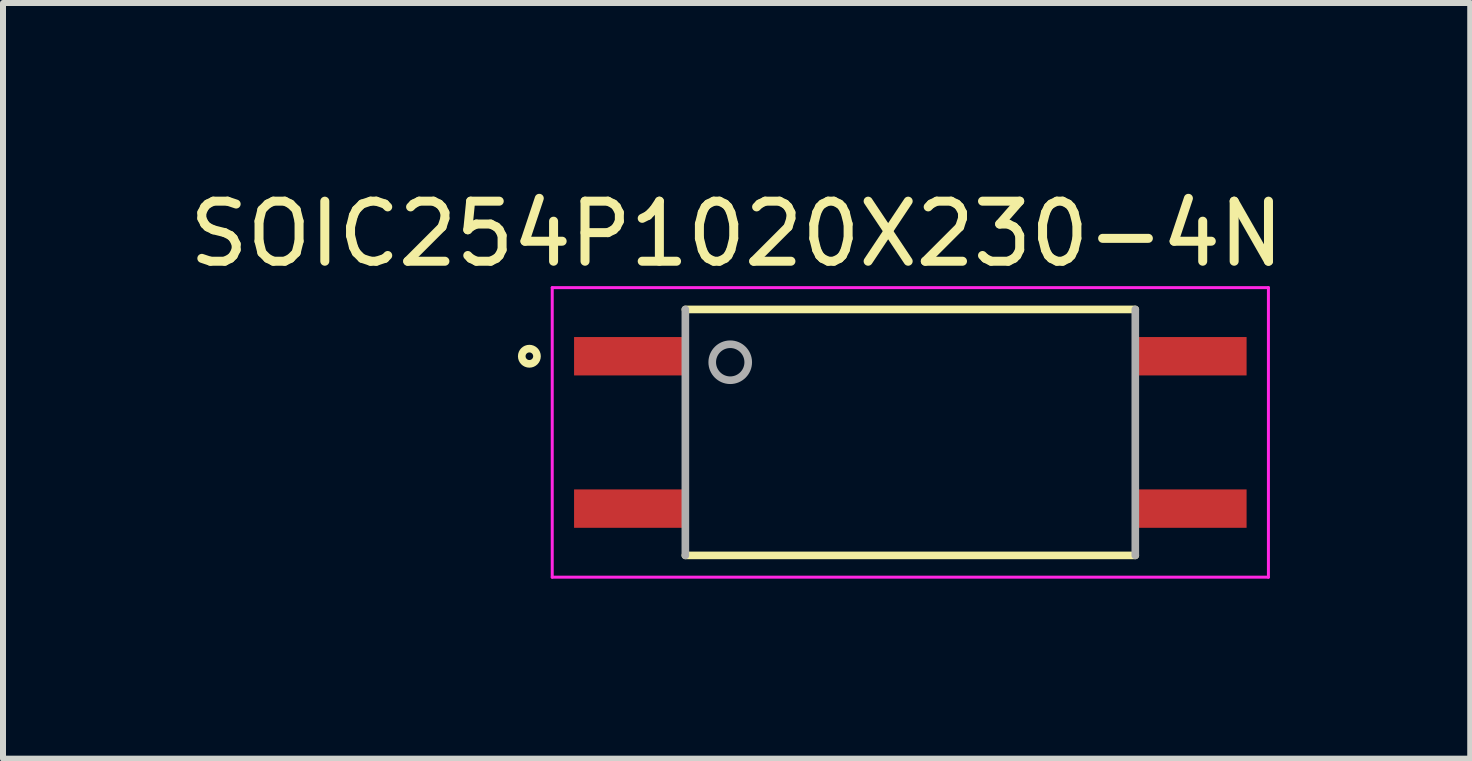
<source format=kicad_pcb>
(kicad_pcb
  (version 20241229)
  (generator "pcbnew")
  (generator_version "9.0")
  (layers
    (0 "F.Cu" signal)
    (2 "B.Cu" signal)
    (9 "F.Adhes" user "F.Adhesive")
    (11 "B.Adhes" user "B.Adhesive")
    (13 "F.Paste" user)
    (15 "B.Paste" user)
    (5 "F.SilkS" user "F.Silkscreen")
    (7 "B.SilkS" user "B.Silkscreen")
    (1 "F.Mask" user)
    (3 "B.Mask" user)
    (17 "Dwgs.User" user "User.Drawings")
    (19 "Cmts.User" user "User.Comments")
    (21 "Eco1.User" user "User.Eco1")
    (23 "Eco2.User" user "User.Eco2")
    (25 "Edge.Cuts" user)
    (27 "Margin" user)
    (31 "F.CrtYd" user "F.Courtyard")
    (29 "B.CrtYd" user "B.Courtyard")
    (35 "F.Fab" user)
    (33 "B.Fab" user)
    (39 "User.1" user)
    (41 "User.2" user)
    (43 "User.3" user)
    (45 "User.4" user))
  (footprint "SOIC254P1020X230-4N"
    (layer "F.Cu")
    (at 12.124 4.158)
    (property "Reference" "SOIC254P1020X230-4N" (at -2.896 -3.309 0) (layer "F.SilkS") (effects (font (size 1.001 1.001) (thickness 0.15))))
    (attr smd)
    (fp_line (start -3.75 -2.05) (end 3.75 -2.05) (stroke (width 0.127) (type solid)) (layer "F.SilkS"))
    (fp_line (start 3.75 2.05) (end -3.75 2.05) (stroke (width 0.127) (type solid)) (layer "F.SilkS"))
    (fp_circle (center -6.35 -1.27) (end -6.223 -1.27) (stroke (width 0.127) (type solid)) (fill no) (layer "F.SilkS"))
    (fp_line (start -5.969 -2.413) (end 5.969 -2.413) (stroke (width 0.05) (type solid)) (layer "F.CrtYd"))
    (fp_line (start -5.969 2.413) (end -5.969 -2.413) (stroke (width 0.05) (type solid)) (layer "F.CrtYd"))
    (fp_line (start 5.969 -2.413) (end 5.969 2.413) (stroke (width 0.05) (type solid)) (layer "F.CrtYd"))
    (fp_line (start 5.969 2.413) (end -5.969 2.413) (stroke (width 0.05) (type solid)) (layer "F.CrtYd"))
    (fp_line (start -3.75 2.05) (end -3.75 -2.05) (stroke (width 0.127) (type solid)) (layer "F.Fab"))
    (fp_line (start 3.75 -2.05) (end 3.75 2.05) (stroke (width 0.127) (type solid)) (layer "F.Fab"))
    (fp_circle (center -3.002 -1.17) (end -2.702 -1.17) (stroke (width 0.127) (type solid)) (fill no) (layer "F.Fab"))
    (pad "1" smd rect (at -4.685 -1.27) (size 1.84 0.64) (layers "F.Cu" "F.Mask" "F.Paste"))
    (pad "2" smd rect (at -4.685 1.27) (size 1.84 0.64) (layers "F.Cu" "F.Mask" "F.Paste"))
    (pad "3" smd rect (at 4.685 1.27) (size 1.84 0.64) (layers "F.Cu" "F.Mask" "F.Paste"))
    (pad "4" smd rect (at 4.685 -1.27) (size 1.84 0.64) (layers "F.Cu" "F.Mask" "F.Paste")))
  (gr_rect
    (start -3 -3)
    (end 21.457 9.596)
    (stroke (width 0.1) (type default))
    (fill no)
    (layer "Edge.Cuts")))
</source>
